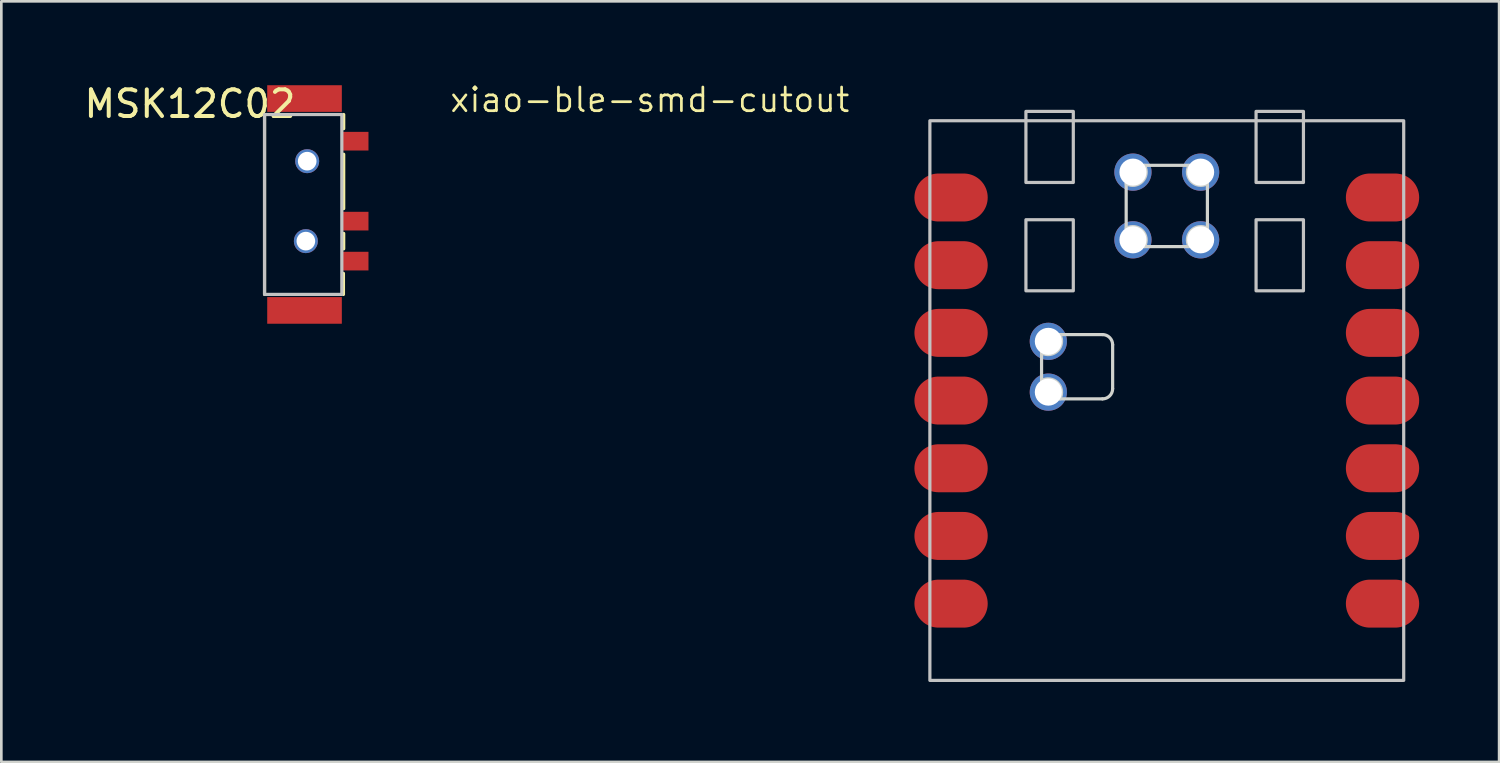
<source format=kicad_pcb>
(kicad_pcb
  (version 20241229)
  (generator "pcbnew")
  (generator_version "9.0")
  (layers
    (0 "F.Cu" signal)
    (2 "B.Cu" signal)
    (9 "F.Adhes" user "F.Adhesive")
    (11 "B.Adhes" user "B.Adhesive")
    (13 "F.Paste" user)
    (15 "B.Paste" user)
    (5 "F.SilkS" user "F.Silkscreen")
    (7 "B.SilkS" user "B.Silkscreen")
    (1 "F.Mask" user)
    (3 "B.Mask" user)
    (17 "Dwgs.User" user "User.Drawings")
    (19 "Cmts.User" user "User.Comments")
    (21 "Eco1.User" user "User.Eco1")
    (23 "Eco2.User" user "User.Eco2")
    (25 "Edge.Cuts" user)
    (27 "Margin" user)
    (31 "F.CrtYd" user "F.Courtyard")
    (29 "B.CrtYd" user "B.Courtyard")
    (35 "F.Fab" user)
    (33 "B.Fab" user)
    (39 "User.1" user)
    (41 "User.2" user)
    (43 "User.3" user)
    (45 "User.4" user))
  (footprint "xiao-ble-smd-cutout"
    (layer "F.Cu")
    (at 40.733 11.981)
    (property "Reference" "xiao-ble-smd-cutout" (at -19.399 -11.283 0) (layer "F.SilkS") (effects (font (size 0.889 0.889) (thickness 0.102))))
    (attr smd exclude_from_pos_files)
    (fp_rect (start -8.89 10.5) (end 8.89 -10.5) (stroke (width 0.12) (type solid)) (fill no) (layer "Dwgs.User"))
    (fp_rect (start -5.286 -6.786) (end -3.508 -4.119) (stroke (width 0.12) (type solid)) (fill no) (layer "Dwgs.User"))
    (fp_rect (start -3.508 -8.183) (end -5.286 -10.85) (stroke (width 0.12) (type solid)) (fill no) (layer "Dwgs.User"))
    (fp_rect (start 3.35 -10.85) (end 5.128 -8.183) (stroke (width 0.12) (type solid)) (fill no) (layer "Dwgs.User"))
    (fp_rect (start 3.35 -6.786) (end 5.128 -4.119) (stroke (width 0.12) (type solid)) (fill no) (layer "Dwgs.User"))
    (fp_line (start -4.699 -0.749) (end -4.699 -1.79) (stroke (width 0.12) (type solid)) (layer "Edge.Cuts"))
    (fp_line (start -4.013 -2.476) (end -2.413 -2.476) (stroke (width 0.12) (type solid)) (layer "Edge.Cuts"))
    (fp_line (start -2.413 -0.063) (end -4.013 -0.063) (stroke (width 0.12) (type solid)) (layer "Edge.Cuts"))
    (fp_line (start -2.032 -2.095) (end -2.032 -0.444) (stroke (width 0.12) (type solid)) (layer "Edge.Cuts"))
    (fp_line (start -1.524 -6.464) (end -1.524 -8.14) (stroke (width 0.12) (type solid)) (layer "Edge.Cuts"))
    (fp_line (start -0.838 -8.826) (end 0.838 -8.826) (stroke (width 0.12) (type solid)) (layer "Edge.Cuts"))
    (fp_line (start -0.838 -5.778) (end 0.838 -5.778) (stroke (width 0.12) (type solid)) (layer "Edge.Cuts"))
    (fp_line (start 1.524 -6.464) (end 1.524 -8.14) (stroke (width 0.12) (type solid)) (layer "Edge.Cuts"))
    (fp_arc (start -4.699 -0.7488) (mid -4.095391 -0.666609) (end -4.0132 -0.063) (stroke (width 0.12) (type solid)) (layer "Edge.Cuts"))
    (fp_arc (start -4.0132 -2.476) (mid -4.095391 -1.872391) (end -4.699 -1.7902) (stroke (width 0.12) (type solid)) (layer "Edge.Cuts"))
    (fp_arc (start -2.413 -2.476) (mid -2.143592 -2.364408) (end -2.032 -2.095) (stroke (width 0.12) (type solid)) (layer "Edge.Cuts"))
    (fp_arc (start -2.032 -0.444) (mid -2.143592 -0.174592) (end -2.413 -0.063) (stroke (width 0.12) (type solid)) (layer "Edge.Cuts"))
    (fp_arc (start -1.524 -6.4638) (mid -0.920391 -6.381609) (end -0.8382 -5.778) (stroke (width 0.12) (type solid)) (layer "Edge.Cuts"))
    (fp_arc (start -0.8382 -8.826) (mid -0.920391 -8.222391) (end -1.524 -8.1402) (stroke (width 0.12) (type solid)) (layer "Edge.Cuts"))
    (fp_arc (start 0.8382 -5.778) (mid 0.920391 -6.381609) (end 1.524 -6.4638) (stroke (width 0.12) (type solid)) (layer "Edge.Cuts"))
    (fp_arc (start 1.524 -8.1402) (mid 0.920391 -8.222391) (end 0.8382 -8.826) (stroke (width 0.12) (type solid)) (layer "Edge.Cuts"))
    (pad "1" connect oval (at -7.62 -7.62) (size 2.75 1.8) (drill (offset -0.475 0)) (layers "F.Cu" "F.Mask"))
    (pad "2" connect oval (at -7.62 -5.08) (size 2.75 1.8) (drill (offset -0.475 0)) (layers "F.Cu" "F.Mask"))
    (pad "3" connect oval (at -7.62 -2.54) (size 2.75 1.8) (drill (offset -0.475 0)) (layers "F.Cu" "F.Mask"))
    (pad "4" connect oval (at -7.62 0) (size 2.75 1.8) (drill (offset -0.475 0)) (layers "F.Cu" "F.Mask"))
    (pad "5" connect oval (at -7.62 2.54) (size 2.75 1.8) (drill (offset -0.475 0)) (layers "F.Cu" "F.Mask"))
    (pad "6" connect oval (at -7.62 5.08) (size 2.75 1.8) (drill (offset -0.475 0)) (layers "F.Cu" "F.Mask"))
    (pad "7" connect oval (at -7.62 7.62) (size 2.75 1.8) (drill (offset -0.475 0)) (layers "F.Cu" "F.Mask"))
    (pad "8" connect oval (at 7.62 7.62 180) (size 2.75 1.8) (drill (offset -0.475 0)) (layers "F.Cu" "F.Mask"))
    (pad "9" connect oval (at 7.62 5.08 180) (size 2.75 1.8) (drill (offset -0.475 0)) (layers "F.Cu" "F.Mask"))
    (pad "10" connect oval (at 7.62 2.54 180) (size 2.75 1.8) (drill (offset -0.475 0)) (layers "F.Cu" "F.Mask"))
    (pad "11" connect oval (at 7.62 0 180) (size 2.75 1.8) (drill (offset -0.475 0)) (layers "F.Cu" "F.Mask"))
    (pad "12" connect oval (at 7.62 -2.54 180) (size 2.75 1.8) (drill (offset -0.475 0)) (layers "F.Cu" "F.Mask"))
    (pad "13" connect oval (at 7.62 -5.08 180) (size 2.75 1.8) (drill (offset -0.475 0)) (layers "F.Cu" "F.Mask"))
    (pad "14" connect oval (at 7.62 -7.62 180) (size 2.75 1.8) (drill (offset -0.475 0)) (layers "F.Cu" "F.Mask"))
    (pad "15" thru_hole circle (at -1.27 -8.572 90) (size 1.397 1.397) (drill 1.016) (layers "*.Cu" "*.Mask"))
    (pad "16" thru_hole circle (at 1.27 -8.572 90) (size 1.397 1.397) (drill 1.016) (layers "*.Cu" "*.Mask"))
    (pad "17" thru_hole circle (at -1.27 -6.032 90) (size 1.397 1.397) (drill 1.016) (layers "*.Cu" "*.Mask"))
    (pad "18" thru_hole circle (at 1.27 -6.032 90) (size 1.397 1.397) (drill 1.016) (layers "*.Cu" "*.Mask"))
    (pad "19" thru_hole circle (at -4.445 -0.317 180) (size 1.397 1.397) (drill 1.016) (layers "*.Cu" "*.Mask"))
    (pad "20" thru_hole circle (at -4.445 -2.222 180) (size 1.397 1.397) (drill 1.016) (layers "*.Cu" "*.Mask")))
  (footprint "MSK12C02"
    (layer "F.Cu")
    (at 7.077 0.748)
    (property "Reference" "MSK12C02" (at -3 0.1 0) (layer "F.SilkS") (effects (font (size 1 1) (thickness 0.15))))
    (attr through_hole)
    (fp_line (start -0.2 7.25) (end -0.2 0.5) (stroke (width 0.12) (type solid)) (layer "F.SilkS"))
    (fp_line (start 2.76 6.46) (end 2.76 7.25) (stroke (width 0.12) (type solid)) (layer "F.SilkS"))
    (fp_line (start 2.77 1.03) (end 2.77 0.5) (stroke (width 0.12) (type solid)) (layer "F.SilkS"))
    (fp_line (start 2.77 1.99) (end 2.77 4.03) (stroke (width 0.12) (type solid)) (layer "F.SilkS"))
    (fp_line (start 2.77 4.96) (end 2.77 5.54) (stroke (width 0.12) (type solid)) (layer "F.SilkS"))
    (fp_rect (start -0.2 0.5) (end 2.7 7.25) (stroke (width 0.12) (type solid)) (fill no) (layer "Dwgs.User"))
    (pad "" np_thru_hole circle (at 1.35 5.25) (size 0.9 0.9) (drill 0.7) (layers "*.Cu" "*.Mask"))
    (pad "" np_thru_hole circle (at 1.4 2.25) (size 0.9 0.9) (drill 0.7) (layers "*.Cu" "*.Mask"))
    (pad "1" smd rect (at 3.2 1.5 90) (size 0.7 1) (layers "F.Cu" "F.Mask" "F.Paste"))
    (pad "2" smd rect (at 3.2 4.5 90) (size 0.7 1) (layers "F.Cu" "F.Mask" "F.Paste"))
    (pad "3" smd rect (at 3.2 6 90) (size 0.7 1) (layers "F.Cu" "F.Mask" "F.Paste"))
    (pad "NC" smd rect (at 1.3 -0.1) (size 2.8 1) (layers "F.Cu" "F.Mask" "F.Paste"))
    (pad "NC" smd rect (at 1.3 7.85) (size 2.8 1) (layers "F.Cu" "F.Mask" "F.Paste")))
  (gr_rect
    (start -3 -3)
    (end 53.203 25.541)
    (stroke (width 0.1) (type default))
    (fill no)
    (layer "Edge.Cuts")))
</source>
